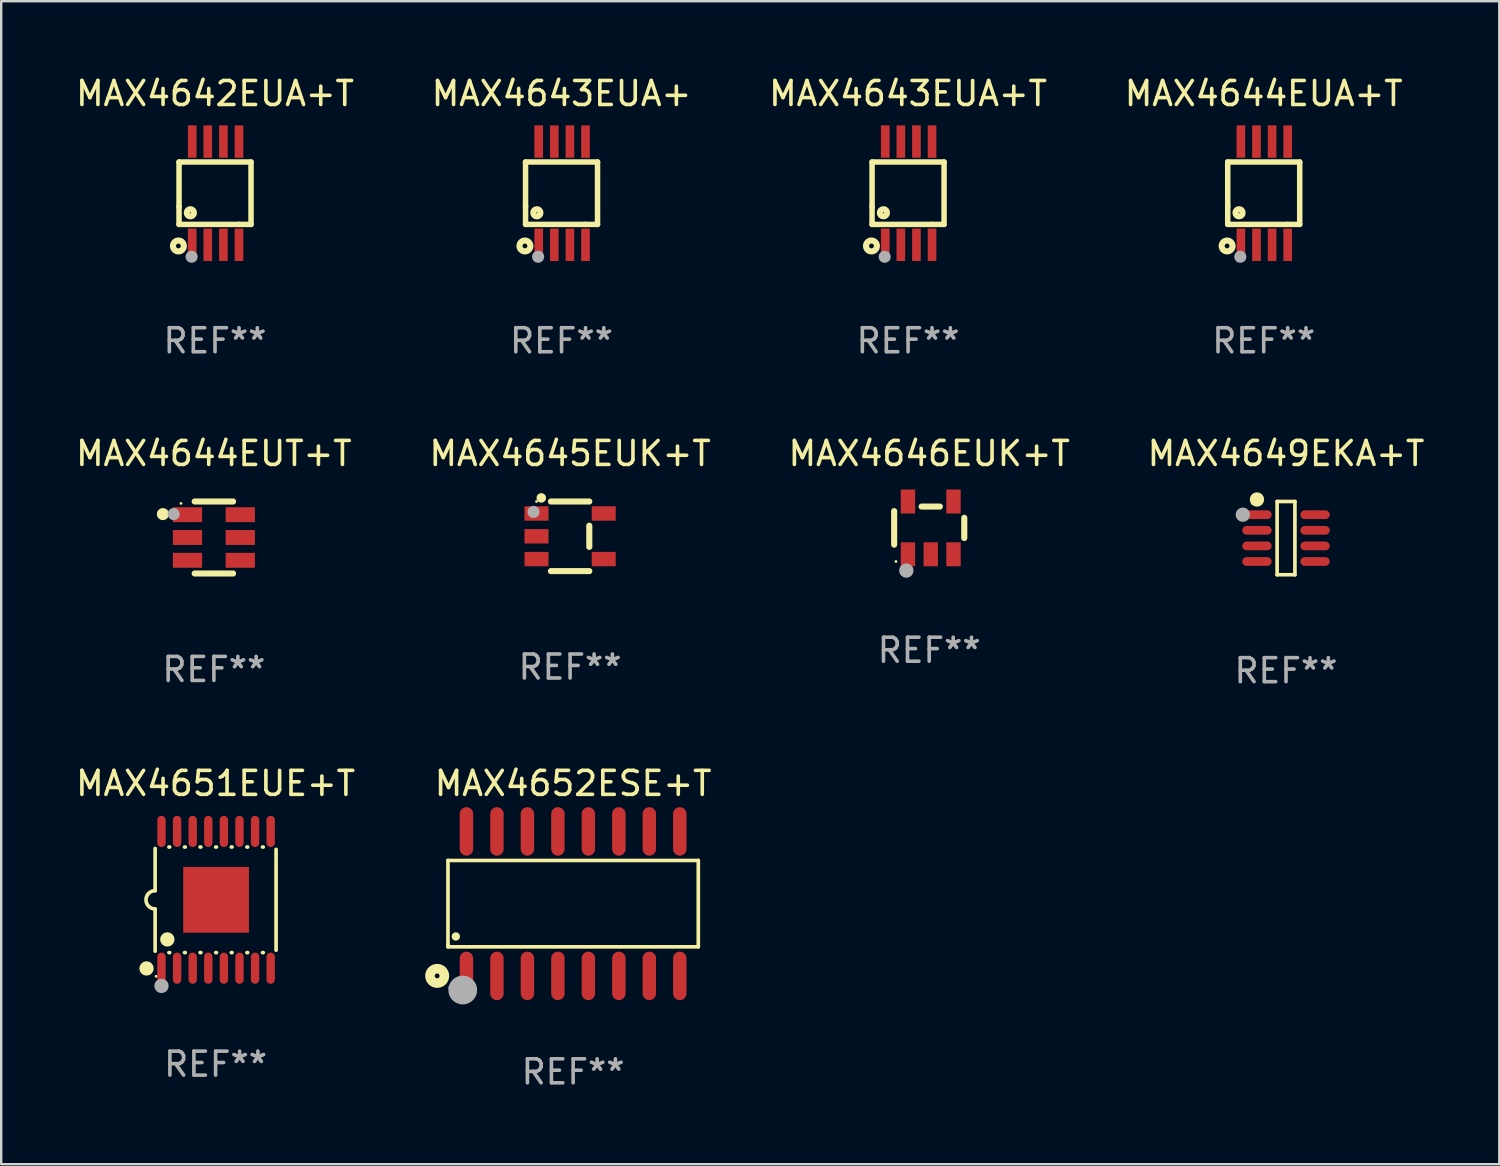
<source format=kicad_pcb>
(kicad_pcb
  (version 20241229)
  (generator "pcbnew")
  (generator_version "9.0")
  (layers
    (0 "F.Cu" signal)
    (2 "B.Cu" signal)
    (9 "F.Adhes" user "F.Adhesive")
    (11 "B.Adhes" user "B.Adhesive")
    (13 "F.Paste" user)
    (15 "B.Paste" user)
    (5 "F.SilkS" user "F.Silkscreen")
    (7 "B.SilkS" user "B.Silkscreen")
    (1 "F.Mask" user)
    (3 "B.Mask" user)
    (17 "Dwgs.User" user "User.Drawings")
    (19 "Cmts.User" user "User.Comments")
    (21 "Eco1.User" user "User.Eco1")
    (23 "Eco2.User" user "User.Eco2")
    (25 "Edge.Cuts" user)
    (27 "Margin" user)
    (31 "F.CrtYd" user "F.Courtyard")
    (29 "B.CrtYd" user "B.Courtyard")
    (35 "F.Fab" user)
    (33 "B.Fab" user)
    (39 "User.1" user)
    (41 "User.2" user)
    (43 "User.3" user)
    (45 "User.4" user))
  (footprint "MAX4646EUK+T"
    (layer "F.Cu")
    (at 35.673 18.949)
    (property "Reference" "MAX4646EUK+T" (at 0 -3.1 0) (layer "F.SilkS") (effects (font (size 1 1) (thickness 0.15))))
    (attr through_hole)
    (fp_line (start -1.461 -0.699) (end -1.461 0.699) (stroke (width 0.254) (type solid)) (layer "F.SilkS"))
    (fp_line (start -0.318 -0.889) (end 0.445 -0.889) (stroke (width 0.254) (type solid)) (layer "F.SilkS"))
    (fp_line (start 1.461 -0.422) (end 1.461 0.422) (stroke (width 0.254) (type solid)) (layer "F.SilkS"))
    (fp_circle (center -1.387 1.4) (end -1.357 1.4) (stroke (width 0.06) (type solid)) (fill no) (layer "F.SilkS"))
    (fp_circle (center -0.953 1.778) (end -0.802 1.778) (stroke (width 0.3) (type solid)) (fill no) (layer "F.Fab"))
    (fp_text user "REF**" (at 0 5.1 0) (layer "F.Fab") (effects (font (size 1 1) (thickness 0.15))))
    (pad "1" smd rect (at -0.886 1.1) (size 0.6 1) (layers "F.Cu" "F.Mask" "F.Paste"))
    (pad "2" smd rect (at 0.064 1.1) (size 0.6 1) (layers "F.Cu" "F.Mask" "F.Paste"))
    (pad "3" smd rect (at 1.013 1.1) (size 0.6 1) (layers "F.Cu" "F.Mask" "F.Paste"))
    (pad "4" smd rect (at 1.013 -1.1) (size 0.6 1) (layers "F.Cu" "F.Mask" "F.Paste"))
    (pad "5" smd rect (at -0.886 -1.1) (size 0.6 1) (layers "F.Cu" "F.Mask" "F.Paste")))
  (footprint "MAX4643EUA+"
    (layer "F.Cu")
    (at 20.351 5)
    (property "Reference" "MAX4643EUA+" (at 0 -4.152 0) (layer "F.SilkS") (effects (font (size 1 1) (thickness 0.15))))
    (attr through_hole)
    (fp_line (start -1.5 1.301) (end 1 1.301) (stroke (width 0.229) (type solid)) (layer "F.SilkS"))
    (fp_line (start -1.5 -1.299) (end -1.5 0.551) (stroke (width 0.229) (type solid)) (layer "F.SilkS"))
    (fp_line (start -1.5 0.551) (end -1.5 1.301) (stroke (width 0.229) (type solid)) (layer "F.SilkS"))
    (fp_line (start 1 1.301) (end 1.5 1.301) (stroke (width 0.229) (type solid)) (layer "F.SilkS"))
    (fp_line (start 1.5 1.301) (end 1.5 -1.299) (stroke (width 0.229) (type solid)) (layer "F.SilkS"))
    (fp_line (start 1.5 -1.299) (end -1.5 -1.299) (stroke (width 0.229) (type solid)) (layer "F.SilkS"))
    (fp_circle (center -1.526 2.2) (end -1.426 2.2) (stroke (width 0.254) (type solid)) (fill no) (layer "F.SilkS"))
    (fp_circle (center -1.476 2.45) (end -1.446 2.45) (stroke (width 0.06) (type solid)) (fill no) (layer "F.SilkS"))
    (fp_circle (center -1.028 0.817) (end -0.878 0.817) (stroke (width 0.254) (type solid)) (fill no) (layer "F.SilkS"))
    (fp_circle (center -0.976 2.65) (end -0.849 2.65) (stroke (width 0.254) (type solid)) (fill no) (layer "F.Fab"))
    (fp_text user "REF**" (at 0 6.152 0) (layer "F.Fab") (effects (font (size 1 1) (thickness 0.15))))
    (pad "1" smd rect (at -0.951 2.15) (size 0.36 1.35) (layers "F.Cu" "F.Mask" "F.Paste"))
    (pad "2" smd rect (at -0.301 2.152) (size 0.36 1.35) (layers "F.Cu" "F.Mask" "F.Paste"))
    (pad "3" smd rect (at 0.349 2.151) (size 0.36 1.35) (layers "F.Cu" "F.Mask" "F.Paste"))
    (pad "4" smd rect (at 0.999 2.152) (size 0.36 1.35) (layers "F.Cu" "F.Mask" "F.Paste"))
    (pad "5" smd rect (at 0.999 -2.149) (size 0.36 1.35) (layers "F.Cu" "F.Mask" "F.Paste"))
    (pad "6" smd rect (at 0.349 -2.152) (size 0.36 1.35) (layers "F.Cu" "F.Mask" "F.Paste"))
    (pad "7" smd rect (at -0.301 -2.149) (size 0.36 1.35) (layers "F.Cu" "F.Mask" "F.Paste"))
    (pad "8" smd rect (at -0.951 -2.152) (size 0.36 1.35) (layers "F.Cu" "F.Mask" "F.Paste")))
  (footprint "MAX4642EUA+T"
    (layer "F.Cu")
    (at 5.911 5)
    (property "Reference" "MAX4642EUA+T" (at 0 -4.152 0) (layer "F.SilkS") (effects (font (size 1 1) (thickness 0.15))))
    (attr through_hole)
    (fp_line (start -1.5 1.301) (end 1 1.301) (stroke (width 0.229) (type solid)) (layer "F.SilkS"))
    (fp_line (start -1.5 -1.299) (end -1.5 0.551) (stroke (width 0.229) (type solid)) (layer "F.SilkS"))
    (fp_line (start -1.5 0.551) (end -1.5 1.301) (stroke (width 0.229) (type solid)) (layer "F.SilkS"))
    (fp_line (start 1 1.301) (end 1.5 1.301) (stroke (width 0.229) (type solid)) (layer "F.SilkS"))
    (fp_line (start 1.5 1.301) (end 1.5 -1.299) (stroke (width 0.229) (type solid)) (layer "F.SilkS"))
    (fp_line (start 1.5 -1.299) (end -1.5 -1.299) (stroke (width 0.229) (type solid)) (layer "F.SilkS"))
    (fp_circle (center -1.526 2.2) (end -1.426 2.2) (stroke (width 0.254) (type solid)) (fill no) (layer "F.SilkS"))
    (fp_circle (center -1.476 2.45) (end -1.446 2.45) (stroke (width 0.06) (type solid)) (fill no) (layer "F.SilkS"))
    (fp_circle (center -1.028 0.817) (end -0.878 0.817) (stroke (width 0.254) (type solid)) (fill no) (layer "F.SilkS"))
    (fp_circle (center -0.976 2.65) (end -0.849 2.65) (stroke (width 0.254) (type solid)) (fill no) (layer "F.Fab"))
    (fp_text user "REF**" (at 0 6.152 0) (layer "F.Fab") (effects (font (size 1 1) (thickness 0.15))))
    (pad "1" smd rect (at -0.951 2.15) (size 0.36 1.35) (layers "F.Cu" "F.Mask" "F.Paste"))
    (pad "2" smd rect (at -0.301 2.152) (size 0.36 1.35) (layers "F.Cu" "F.Mask" "F.Paste"))
    (pad "3" smd rect (at 0.349 2.151) (size 0.36 1.35) (layers "F.Cu" "F.Mask" "F.Paste"))
    (pad "4" smd rect (at 0.999 2.152) (size 0.36 1.35) (layers "F.Cu" "F.Mask" "F.Paste"))
    (pad "5" smd rect (at 0.999 -2.149) (size 0.36 1.35) (layers "F.Cu" "F.Mask" "F.Paste"))
    (pad "6" smd rect (at 0.349 -2.152) (size 0.36 1.35) (layers "F.Cu" "F.Mask" "F.Paste"))
    (pad "7" smd rect (at -0.301 -2.149) (size 0.36 1.35) (layers "F.Cu" "F.Mask" "F.Paste"))
    (pad "8" smd rect (at -0.951 -2.152) (size 0.36 1.35) (layers "F.Cu" "F.Mask" "F.Paste")))
  (footprint "MAX4649EKA+T"
    (layer "F.Cu")
    (at 50.542 19.375)
    (property "Reference" "MAX4649EKA+T" (at 0 -3.526 0) (layer "F.SilkS") (effects (font (size 1 1) (thickness 0.15))))
    (attr through_hole)
    (fp_line (start -0.371 -1.526) (end 0.371 -1.526) (stroke (width 0.152) (type solid)) (layer "F.SilkS"))
    (fp_line (start -0.371 1.526) (end -0.371 -1.526) (stroke (width 0.152) (type solid)) (layer "F.SilkS"))
    (fp_line (start 0.371 -1.526) (end 0.371 1.526) (stroke (width 0.152) (type solid)) (layer "F.SilkS"))
    (fp_line (start 0.371 1.526) (end -0.371 1.526) (stroke (width 0.152) (type solid)) (layer "F.SilkS"))
    (fp_circle (center -1.4 -1.451) (end -1.37 -1.451) (stroke (width 0.06) (type solid)) (fill no) (layer "F.SilkS"))
    (fp_circle (center -1.211 -1.61) (end -1.061 -1.61) (stroke (width 0.3) (type solid)) (fill no) (layer "F.SilkS"))
    (fp_circle (center -1.8 -0.976) (end -1.65 -0.976) (stroke (width 0.3) (type solid)) (fill no) (layer "F.Fab"))
    (fp_text user "REF**" (at 0 5.526 0) (layer "F.Fab") (effects (font (size 1 1) (thickness 0.15))))
    (pad "1" smd oval (at -1.211 -0.975 270) (size 0.364 1.222) (layers "F.Cu" "F.Mask" "F.Paste"))
    (pad "2" smd oval (at -1.211 -0.325 270) (size 0.364 1.222) (layers "F.Cu" "F.Mask" "F.Paste"))
    (pad "3" smd oval (at -1.211 0.325 270) (size 0.364 1.222) (layers "F.Cu" "F.Mask" "F.Paste"))
    (pad "4" smd oval (at -1.211 0.975 270) (size 0.364 1.222) (layers "F.Cu" "F.Mask" "F.Paste"))
    (pad "5" smd oval (at 1.211 0.975 270) (size 0.364 1.222) (layers "F.Cu" "F.Mask" "F.Paste"))
    (pad "6" smd oval (at 1.211 0.325 270) (size 0.364 1.222) (layers "F.Cu" "F.Mask" "F.Paste"))
    (pad "7" smd oval (at 1.211 -0.325 270) (size 0.364 1.222) (layers "F.Cu" "F.Mask" "F.Paste"))
    (pad "8" smd oval (at 1.211 -0.975 270) (size 0.364 1.222) (layers "F.Cu" "F.Mask" "F.Paste")))
  (footprint "MAX4651EUE+T"
    (layer "F.Cu")
    (at 5.935 34.448)
    (property "Reference" "MAX4651EUE+T" (at 0 -4.85 0) (layer "F.SilkS") (effects (font (size 1 1) (thickness 0.15))))
    (attr through_hole)
    (fp_line (start -2.52 -2.14) (end -2.52 -0.381) (stroke (width 0.152) (type solid)) (layer "F.SilkS"))
    (fp_line (start -2.52 2.14) (end -2.52 0.381) (stroke (width 0.152) (type solid)) (layer "F.SilkS"))
    (fp_line (start -1.946 -2.2) (end -1.914 -2.2) (stroke (width 0.152) (type solid)) (layer "F.SilkS"))
    (fp_line (start -1.946 2.2) (end -1.914 2.2) (stroke (width 0.152) (type solid)) (layer "F.SilkS"))
    (fp_line (start -1.296 -2.2) (end -1.264 -2.2) (stroke (width 0.152) (type solid)) (layer "F.SilkS"))
    (fp_line (start -1.296 2.2) (end -1.264 2.2) (stroke (width 0.152) (type solid)) (layer "F.SilkS"))
    (fp_line (start -0.646 -2.2) (end -0.614 -2.2) (stroke (width 0.152) (type solid)) (layer "F.SilkS"))
    (fp_line (start -0.646 2.2) (end -0.614 2.2) (stroke (width 0.152) (type solid)) (layer "F.SilkS"))
    (fp_line (start 0.004 -2.2) (end 0.036 -2.2) (stroke (width 0.152) (type solid)) (layer "F.SilkS"))
    (fp_line (start 0.004 2.2) (end 0.036 2.2) (stroke (width 0.152) (type solid)) (layer "F.SilkS"))
    (fp_line (start 0.654 -2.2) (end 0.686 -2.2) (stroke (width 0.152) (type solid)) (layer "F.SilkS"))
    (fp_line (start 0.654 2.2) (end 0.686 2.2) (stroke (width 0.152) (type solid)) (layer "F.SilkS"))
    (fp_line (start 1.304 -2.2) (end 1.336 -2.2) (stroke (width 0.152) (type solid)) (layer "F.SilkS"))
    (fp_line (start 1.304 2.2) (end 1.336 2.2) (stroke (width 0.152) (type solid)) (layer "F.SilkS"))
    (fp_line (start 1.954 -2.2) (end 1.986 -2.2) (stroke (width 0.152) (type solid)) (layer "F.SilkS"))
    (fp_line (start 1.954 2.2) (end 1.986 2.2) (stroke (width 0.152) (type solid)) (layer "F.SilkS"))
    (fp_line (start 2.52 -2.101) (end 2.52 2.101) (stroke (width 0.152) (type solid)) (layer "F.SilkS"))
    (fp_arc (start -2.520003 0.381001) (mid -2.901004 0) (end -2.520003 -0.381001) (stroke (width 0.151994) (type solid)) (layer "F.SilkS"))
    (fp_circle (center -2.879 2.86) (end -2.729 2.86) (stroke (width 0.3) (type solid)) (fill no) (layer "F.SilkS"))
    (fp_circle (center -2.48 3.187) (end -2.45 3.187) (stroke (width 0.06) (type solid)) (fill no) (layer "F.SilkS"))
    (fp_circle (center -2.012 1.651) (end -1.862 1.651) (stroke (width 0.3) (type solid)) (fill no) (layer "F.SilkS"))
    (fp_circle (center -2.255 3.588) (end -2.105 3.588) (stroke (width 0.3) (type solid)) (fill no) (layer "F.Fab"))
    (fp_text user "REF**" (at 0 6.85 0) (layer "F.Fab") (effects (font (size 1 1) (thickness 0.15))))
    (pad "1" smd oval (at -2.255 2.85) (size 0.35 1.3) (layers "F.Cu" "F.Mask" "F.Paste"))
    (pad "2" smd oval (at -1.605 2.85) (size 0.35 1.3) (layers "F.Cu" "F.Mask" "F.Paste"))
    (pad "3" smd oval (at -0.955 2.85) (size 0.35 1.3) (layers "F.Cu" "F.Mask" "F.Paste"))
    (pad "4" smd oval (at -0.305 2.85) (size 0.35 1.3) (layers "F.Cu" "F.Mask" "F.Paste"))
    (pad "5" smd oval (at 0.345 2.85) (size 0.35 1.3) (layers "F.Cu" "F.Mask" "F.Paste"))
    (pad "6" smd oval (at 0.995 2.85) (size 0.35 1.3) (layers "F.Cu" "F.Mask" "F.Paste"))
    (pad "7" smd oval (at 1.645 2.85) (size 0.35 1.3) (layers "F.Cu" "F.Mask" "F.Paste"))
    (pad "8" smd oval (at 2.295 2.85) (size 0.35 1.3) (layers "F.Cu" "F.Mask" "F.Paste"))
    (pad "9" smd oval (at 2.295 -2.85) (size 0.35 1.3) (layers "F.Cu" "F.Mask" "F.Paste"))
    (pad "10" smd oval (at 1.645 -2.85) (size 0.35 1.3) (layers "F.Cu" "F.Mask" "F.Paste"))
    (pad "11" smd oval (at 0.995 -2.85) (size 0.35 1.3) (layers "F.Cu" "F.Mask" "F.Paste"))
    (pad "12" smd oval (at 0.345 -2.85) (size 0.35 1.3) (layers "F.Cu" "F.Mask" "F.Paste"))
    (pad "13" smd oval (at -0.305 -2.85) (size 0.35 1.3) (layers "F.Cu" "F.Mask" "F.Paste"))
    (pad "14" smd oval (at -0.955 -2.85) (size 0.35 1.3) (layers "F.Cu" "F.Mask" "F.Paste"))
    (pad "15" smd oval (at -1.605 -2.85) (size 0.35 1.3) (layers "F.Cu" "F.Mask" "F.Paste"))
    (pad "16" smd oval (at -2.255 -2.85) (size 0.35 1.3) (layers "F.Cu" "F.Mask" "F.Paste"))
    (pad "17" smd rect (at 0.02 0) (size 2.74 2.74) (layers "F.Cu" "F.Mask" "F.Paste")))
  (footprint "MAX4645EUK+T"
    (layer "F.Cu")
    (at 20.708 19.299)
    (property "Reference" "MAX4645EUK+T" (at 0 -3.45 0) (layer "F.SilkS") (effects (font (size 1 1) (thickness 0.15))))
    (attr through_hole)
    (fp_line (start 0.8 -1.45) (end -0.8 -1.45) (stroke (width 0.254) (type solid)) (layer "F.SilkS"))
    (fp_line (start 0.8 -0.442) (end 0.8 0.442) (stroke (width 0.254) (type solid)) (layer "F.SilkS"))
    (fp_line (start 0.8 1.45) (end -0.8 1.45) (stroke (width 0.254) (type solid)) (layer "F.SilkS"))
    (fp_circle (center -1.4 -1.45) (end -1.37 -1.45) (stroke (width 0.06) (type solid)) (fill no) (layer "F.SilkS"))
    (fp_circle (center -1.2 -1.6) (end -1.1 -1.6) (stroke (width 0.2) (type solid)) (fill no) (layer "F.SilkS"))
    (fp_circle (center -1.524 -1.016) (end -1.397 -1.016) (stroke (width 0.254) (type solid)) (fill no) (layer "F.Fab"))
    (fp_text user "REF**" (at 0 5.45 0) (layer "F.Fab") (effects (font (size 1 1) (thickness 0.15))))
    (pad "1" smd rect (at -1.4 -0.95 180) (size 1 0.6) (layers "F.Cu" "F.Mask" "F.Paste"))
    (pad "2" smd rect (at -1.4 0.000114 180) (size 1 0.6) (layers "F.Cu" "F.Mask" "F.Paste"))
    (pad "3" smd rect (at -1.4 0.95 180) (size 1 0.6) (layers "F.Cu" "F.Mask" "F.Paste"))
    (pad "4" smd rect (at 1.4 0.95) (size 1 0.6) (layers "F.Cu" "F.Mask" "F.Paste"))
    (pad "5" smd rect (at 1.4 -0.95) (size 1 0.6) (layers "F.Cu" "F.Mask" "F.Paste")))
  (footprint "MAX4644EUA+T"
    (layer "F.Cu")
    (at 49.613 5)
    (property "Reference" "MAX4644EUA+T" (at 0 -4.152 0) (layer "F.SilkS") (effects (font (size 1 1) (thickness 0.15))))
    (attr through_hole)
    (fp_line (start -1.5 1.301) (end 1 1.301) (stroke (width 0.229) (type solid)) (layer "F.SilkS"))
    (fp_line (start -1.5 -1.299) (end -1.5 0.551) (stroke (width 0.229) (type solid)) (layer "F.SilkS"))
    (fp_line (start -1.5 0.551) (end -1.5 1.301) (stroke (width 0.229) (type solid)) (layer "F.SilkS"))
    (fp_line (start 1 1.301) (end 1.5 1.301) (stroke (width 0.229) (type solid)) (layer "F.SilkS"))
    (fp_line (start 1.5 1.301) (end 1.5 -1.299) (stroke (width 0.229) (type solid)) (layer "F.SilkS"))
    (fp_line (start 1.5 -1.299) (end -1.5 -1.299) (stroke (width 0.229) (type solid)) (layer "F.SilkS"))
    (fp_circle (center -1.526 2.2) (end -1.426 2.2) (stroke (width 0.254) (type solid)) (fill no) (layer "F.SilkS"))
    (fp_circle (center -1.476 2.45) (end -1.446 2.45) (stroke (width 0.06) (type solid)) (fill no) (layer "F.SilkS"))
    (fp_circle (center -1.028 0.817) (end -0.878 0.817) (stroke (width 0.254) (type solid)) (fill no) (layer "F.SilkS"))
    (fp_circle (center -0.976 2.65) (end -0.849 2.65) (stroke (width 0.254) (type solid)) (fill no) (layer "F.Fab"))
    (fp_text user "REF**" (at 0 6.152 0) (layer "F.Fab") (effects (font (size 1 1) (thickness 0.15))))
    (pad "1" smd rect (at -0.951 2.15) (size 0.36 1.35) (layers "F.Cu" "F.Mask" "F.Paste"))
    (pad "2" smd rect (at -0.301 2.152) (size 0.36 1.35) (layers "F.Cu" "F.Mask" "F.Paste"))
    (pad "3" smd rect (at 0.349 2.151) (size 0.36 1.35) (layers "F.Cu" "F.Mask" "F.Paste"))
    (pad "4" smd rect (at 0.999 2.152) (size 0.36 1.35) (layers "F.Cu" "F.Mask" "F.Paste"))
    (pad "5" smd rect (at 0.999 -2.149) (size 0.36 1.35) (layers "F.Cu" "F.Mask" "F.Paste"))
    (pad "6" smd rect (at 0.349 -2.152) (size 0.36 1.35) (layers "F.Cu" "F.Mask" "F.Paste"))
    (pad "7" smd rect (at -0.301 -2.149) (size 0.36 1.35) (layers "F.Cu" "F.Mask" "F.Paste"))
    (pad "8" smd rect (at -0.951 -2.152) (size 0.36 1.35) (layers "F.Cu" "F.Mask" "F.Paste")))
  (footprint "MAX4652ESE+T"
    (layer "F.Cu")
    (at 20.834 34.608)
    (property "Reference" "MAX4652ESE+T" (at 0 -5.01 0) (layer "F.SilkS") (effects (font (size 1 1) (thickness 0.15))))
    (attr through_hole)
    (fp_line (start -5.216 -1.8) (end 5.216 -1.8) (stroke (width 0.152) (type solid)) (layer "F.SilkS"))
    (fp_line (start -5.216 1.695) (end -5.216 -1.8) (stroke (width 0.152) (type solid)) (layer "F.SilkS"))
    (fp_line (start -5.216 1.8) (end -5.216 1.695) (stroke (width 0.152) (type solid)) (layer "F.SilkS"))
    (fp_line (start 5.216 -1.8) (end 5.216 1.8) (stroke (width 0.152) (type solid)) (layer "F.SilkS"))
    (fp_line (start 5.216 1.8) (end -5.216 1.8) (stroke (width 0.152) (type solid)) (layer "F.SilkS"))
    (fp_circle (center -5.665 3.01) (end -5.565 3.01) (stroke (width 0.4) (type solid)) (fill no) (layer "F.SilkS"))
    (fp_circle (center -5.14 3.5) (end -5.11 3.5) (stroke (width 0.06) (type solid)) (fill no) (layer "F.SilkS"))
    (fp_circle (center -4.889 1.368) (end -4.801 1.368) (stroke (width 0.175) (type solid)) (fill no) (layer "F.SilkS"))
    (fp_circle (center -4.6 3.6) (end -4.3 3.6) (stroke (width 0.6) (type solid)) (fill no) (layer "F.Fab"))
    (fp_text user "REF**" (at 0 7.01 0) (layer "F.Fab") (effects (font (size 1 1) (thickness 0.15))))
    (pad "1" smd oval (at -4.445 3.01) (size 0.56 2.02) (layers "F.Cu" "F.Mask" "F.Paste"))
    (pad "2" smd oval (at -3.175 3.01) (size 0.56 2.02) (layers "F.Cu" "F.Mask" "F.Paste"))
    (pad "3" smd oval (at -1.905 3.01) (size 0.56 2.02) (layers "F.Cu" "F.Mask" "F.Paste"))
    (pad "4" smd oval (at -0.635 3.01) (size 0.56 2.02) (layers "F.Cu" "F.Mask" "F.Paste"))
    (pad "5" smd oval (at 0.635 3.01) (size 0.56 2.02) (layers "F.Cu" "F.Mask" "F.Paste"))
    (pad "6" smd oval (at 1.905 3.01) (size 0.56 2.02) (layers "F.Cu" "F.Mask" "F.Paste"))
    (pad "7" smd oval (at 3.175 3.01) (size 0.56 2.02) (layers "F.Cu" "F.Mask" "F.Paste"))
    (pad "8" smd oval (at 4.445 3.01) (size 0.56 2.02) (layers "F.Cu" "F.Mask" "F.Paste"))
    (pad "9" smd oval (at 4.445 -3.01) (size 0.56 2.02) (layers "F.Cu" "F.Mask" "F.Paste"))
    (pad "10" smd oval (at 3.175 -3.01) (size 0.56 2.02) (layers "F.Cu" "F.Mask" "F.Paste"))
    (pad "11" smd oval (at 1.905 -3.01) (size 0.56 2.02) (layers "F.Cu" "F.Mask" "F.Paste"))
    (pad "12" smd oval (at 0.635 -3.01) (size 0.56 2.02) (layers "F.Cu" "F.Mask" "F.Paste"))
    (pad "13" smd oval (at -0.635 -3.01) (size 0.56 2.02) (layers "F.Cu" "F.Mask" "F.Paste"))
    (pad "14" smd oval (at -1.905 -3.01) (size 0.56 2.02) (layers "F.Cu" "F.Mask" "F.Paste"))
    (pad "15" smd oval (at -3.175 -3.01) (size 0.56 2.02) (layers "F.Cu" "F.Mask" "F.Paste"))
    (pad "16" smd oval (at -4.445 -3.01) (size 0.56 2.02) (layers "F.Cu" "F.Mask" "F.Paste")))
  (footprint "MAX4644EUT+T"
    (layer "F.Cu")
    (at 5.863 19.349)
    (property "Reference" "MAX4644EUT+T" (at 0 -3.5 0) (layer "F.SilkS") (effects (font (size 1 1) (thickness 0.15))))
    (attr through_hole)
    (fp_line (start -0.8 -1.5) (end 0.8 -1.5) (stroke (width 0.254) (type solid)) (layer "F.SilkS"))
    (fp_line (start 0.8 1.5) (end -0.8 1.5) (stroke (width 0.254) (type solid)) (layer "F.SilkS"))
    (fp_circle (center -2.125 -0.975) (end -1.998 -0.975) (stroke (width 0.254) (type solid)) (fill no) (layer "F.SilkS"))
    (fp_circle (center -1.37 -1.42) (end -1.34 -1.42) (stroke (width 0.06) (type solid)) (fill no) (layer "F.SilkS"))
    (fp_circle (center -1.675 -0.975) (end -1.548 -0.975) (stroke (width 0.254) (type solid)) (fill no) (layer "F.Fab"))
    (fp_text user "REF**" (at 0 5.5 0) (layer "F.Fab") (effects (font (size 1 1) (thickness 0.15))))
    (pad "1" smd rect (at -1.1 -0.95 180) (size 1.219 0.622) (layers "F.Cu" "F.Mask" "F.Paste"))
    (pad "2" smd rect (at -1.1 -0.000152 180) (size 1.219 0.622) (layers "F.Cu" "F.Mask" "F.Paste"))
    (pad "3" smd rect (at -1.1 0.95 180) (size 1.219 0.622) (layers "F.Cu" "F.Mask" "F.Paste"))
    (pad "4" smd rect (at 1.1 0.95) (size 1.219 0.622) (layers "F.Cu" "F.Mask" "F.Paste"))
    (pad "5" smd rect (at 1.1 -0.000152) (size 1.219 0.622) (layers "F.Cu" "F.Mask" "F.Paste"))
    (pad "6" smd rect (at 1.1 -0.95) (size 1.219 0.622) (layers "F.Cu" "F.Mask" "F.Paste")))
  (footprint "MAX4643EUA+T"
    (layer "F.Cu")
    (at 34.792 5)
    (property "Reference" "MAX4643EUA+T" (at 0 -4.152 0) (layer "F.SilkS") (effects (font (size 1 1) (thickness 0.15))))
    (attr through_hole)
    (fp_line (start -1.5 1.301) (end 1 1.301) (stroke (width 0.229) (type solid)) (layer "F.SilkS"))
    (fp_line (start -1.5 -1.299) (end -1.5 0.551) (stroke (width 0.229) (type solid)) (layer "F.SilkS"))
    (fp_line (start -1.5 0.551) (end -1.5 1.301) (stroke (width 0.229) (type solid)) (layer "F.SilkS"))
    (fp_line (start 1 1.301) (end 1.5 1.301) (stroke (width 0.229) (type solid)) (layer "F.SilkS"))
    (fp_line (start 1.5 1.301) (end 1.5 -1.299) (stroke (width 0.229) (type solid)) (layer "F.SilkS"))
    (fp_line (start 1.5 -1.299) (end -1.5 -1.299) (stroke (width 0.229) (type solid)) (layer "F.SilkS"))
    (fp_circle (center -1.526 2.2) (end -1.426 2.2) (stroke (width 0.254) (type solid)) (fill no) (layer "F.SilkS"))
    (fp_circle (center -1.476 2.45) (end -1.446 2.45) (stroke (width 0.06) (type solid)) (fill no) (layer "F.SilkS"))
    (fp_circle (center -1.028 0.817) (end -0.878 0.817) (stroke (width 0.254) (type solid)) (fill no) (layer "F.SilkS"))
    (fp_circle (center -0.976 2.65) (end -0.849 2.65) (stroke (width 0.254) (type solid)) (fill no) (layer "F.Fab"))
    (fp_text user "REF**" (at 0 6.152 0) (layer "F.Fab") (effects (font (size 1 1) (thickness 0.15))))
    (pad "1" smd rect (at -0.951 2.15) (size 0.36 1.35) (layers "F.Cu" "F.Mask" "F.Paste"))
    (pad "2" smd rect (at -0.301 2.152) (size 0.36 1.35) (layers "F.Cu" "F.Mask" "F.Paste"))
    (pad "3" smd rect (at 0.349 2.151) (size 0.36 1.35) (layers "F.Cu" "F.Mask" "F.Paste"))
    (pad "4" smd rect (at 0.999 2.152) (size 0.36 1.35) (layers "F.Cu" "F.Mask" "F.Paste"))
    (pad "5" smd rect (at 0.999 -2.149) (size 0.36 1.35) (layers "F.Cu" "F.Mask" "F.Paste"))
    (pad "6" smd rect (at 0.349 -2.152) (size 0.36 1.35) (layers "F.Cu" "F.Mask" "F.Paste"))
    (pad "7" smd rect (at -0.301 -2.149) (size 0.36 1.35) (layers "F.Cu" "F.Mask" "F.Paste"))
    (pad "8" smd rect (at -0.951 -2.152) (size 0.36 1.35) (layers "F.Cu" "F.Mask" "F.Paste")))
  (gr_rect
    (start -3 -3)
    (end 59.429 45.466)
    (stroke (width 0.1) (type default))
    (fill no)
    (layer "Edge.Cuts")))
</source>
